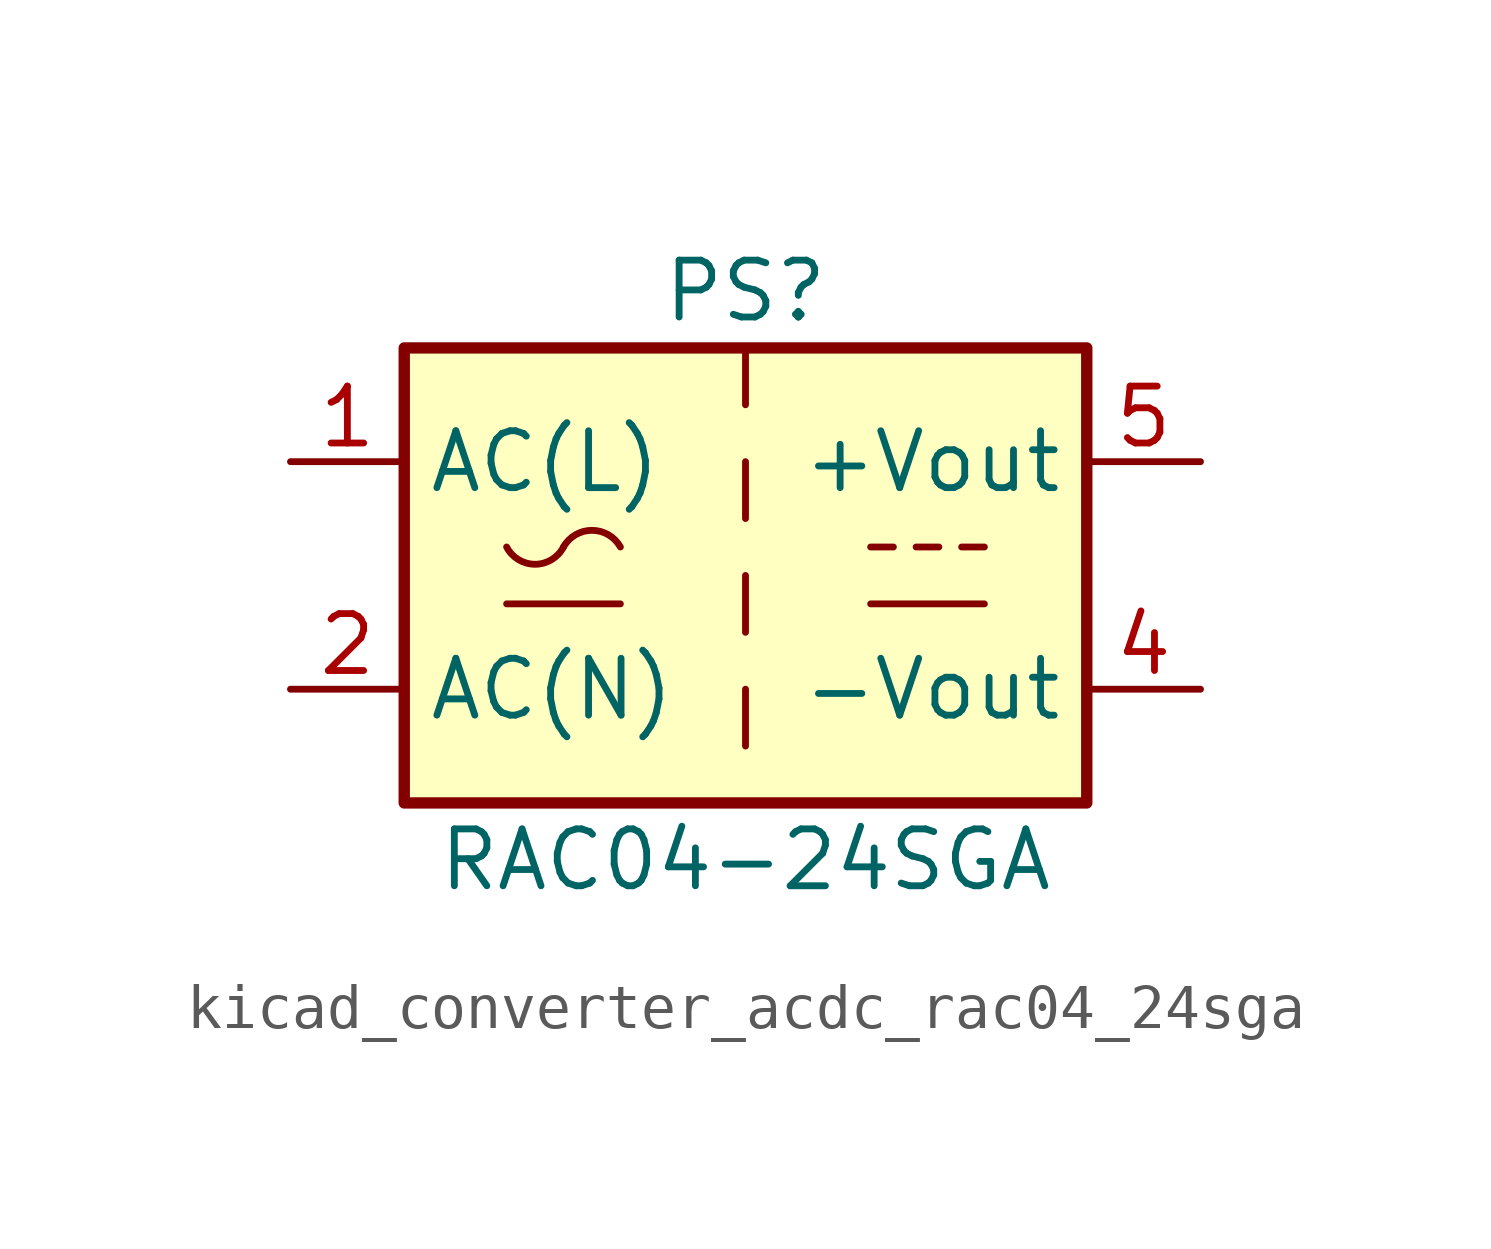
<source format=kicad_sym>
(kicad_symbol_lib
  (version 20220914)
  (generator kicad_symbol_editor)
  (symbol "kicad_converter_acdc_rac04_24sga"
    (property "Reference" "PS"
      (at 0 6.35 0)
      (effects (font (size 1.27 1.27))))
    (property "Value" "RAC04-24SGA"
      (at 0 -6.35 0)
      (effects (font (size 1.27 1.27))))
    (symbol "kicad_converter_acdc_rac04_24sga_1_1"
      (rectangle (start -7.62 5.08) (end 7.62 -5.08) (stroke (width 0.254) (type default)) (fill (type background)))
      (arc (start -5.334 0.635) (mid -4.699 0.2495) (end -4.064 0.635) (stroke (width 0) (type default)) (fill (type none)))
      (arc (start -2.794 0.635) (mid -3.429 1.0072) (end -4.064 0.635) (stroke (width 0) (type default)) (fill (type none)))
      (polyline (pts (xy -5.334 -0.635) (xy -2.794 -0.635)) (stroke (width 0) (type default)) (fill (type none)))
      (polyline (pts (xy 0 -2.54) (xy 0 -3.81)) (stroke (width 0) (type default)) (fill (type none)))
      (polyline (pts (xy 0 0) (xy 0 -1.27)) (stroke (width 0) (type default)) (fill (type none)))
      (polyline (pts (xy 0 2.54) (xy 0 1.27)) (stroke (width 0) (type default)) (fill (type none)))
      (polyline (pts (xy 0 5.08) (xy 0 3.81)) (stroke (width 0) (type default)) (fill (type none)))
      (polyline (pts (xy 2.794 -0.635) (xy 5.334 -0.635)) (stroke (width 0) (type default)) (fill (type none)))
      (polyline (pts (xy 2.794 0.635) (xy 3.302 0.635)) (stroke (width 0) (type default)) (fill (type none)))
      (polyline (pts (xy 3.81 0.635) (xy 4.318 0.635)) (stroke (width 0) (type default)) (fill (type none)))
      (polyline (pts (xy 4.826 0.635) (xy 5.334 0.635)) (stroke (width 0) (type default)) (fill (type none)))
      (pin power_in line (at -10.16 2.54 0) (length 2.54) (name "AC(L)" (effects (font (size 1.27 1.27)))) (number "1" (effects (font (size 1.27 1.27)))))
      (pin power_in line (at -10.16 -2.54 0) (length 2.54) (name "AC(N)" (effects (font (size 1.27 1.27)))) (number "2" (effects (font (size 1.27 1.27)))))
      (pin no_connect line (at 7.62 0 180) (length 2.54) hide (name "NC" (effects (font (size 1.27 1.27)))) (number "3" (effects (font (size 1.27 1.27)))))
      (pin power_out line (at 10.16 -2.54 180) (length 2.54) (name "-Vout" (effects (font (size 1.27 1.27)))) (number "4" (effects (font (size 1.27 1.27)))))
      (pin power_out line (at 10.16 2.54 180) (length 2.54) (name "+Vout" (effects (font (size 1.27 1.27)))) (number "5" (effects (font (size 1.27 1.27))))))))
</source>
